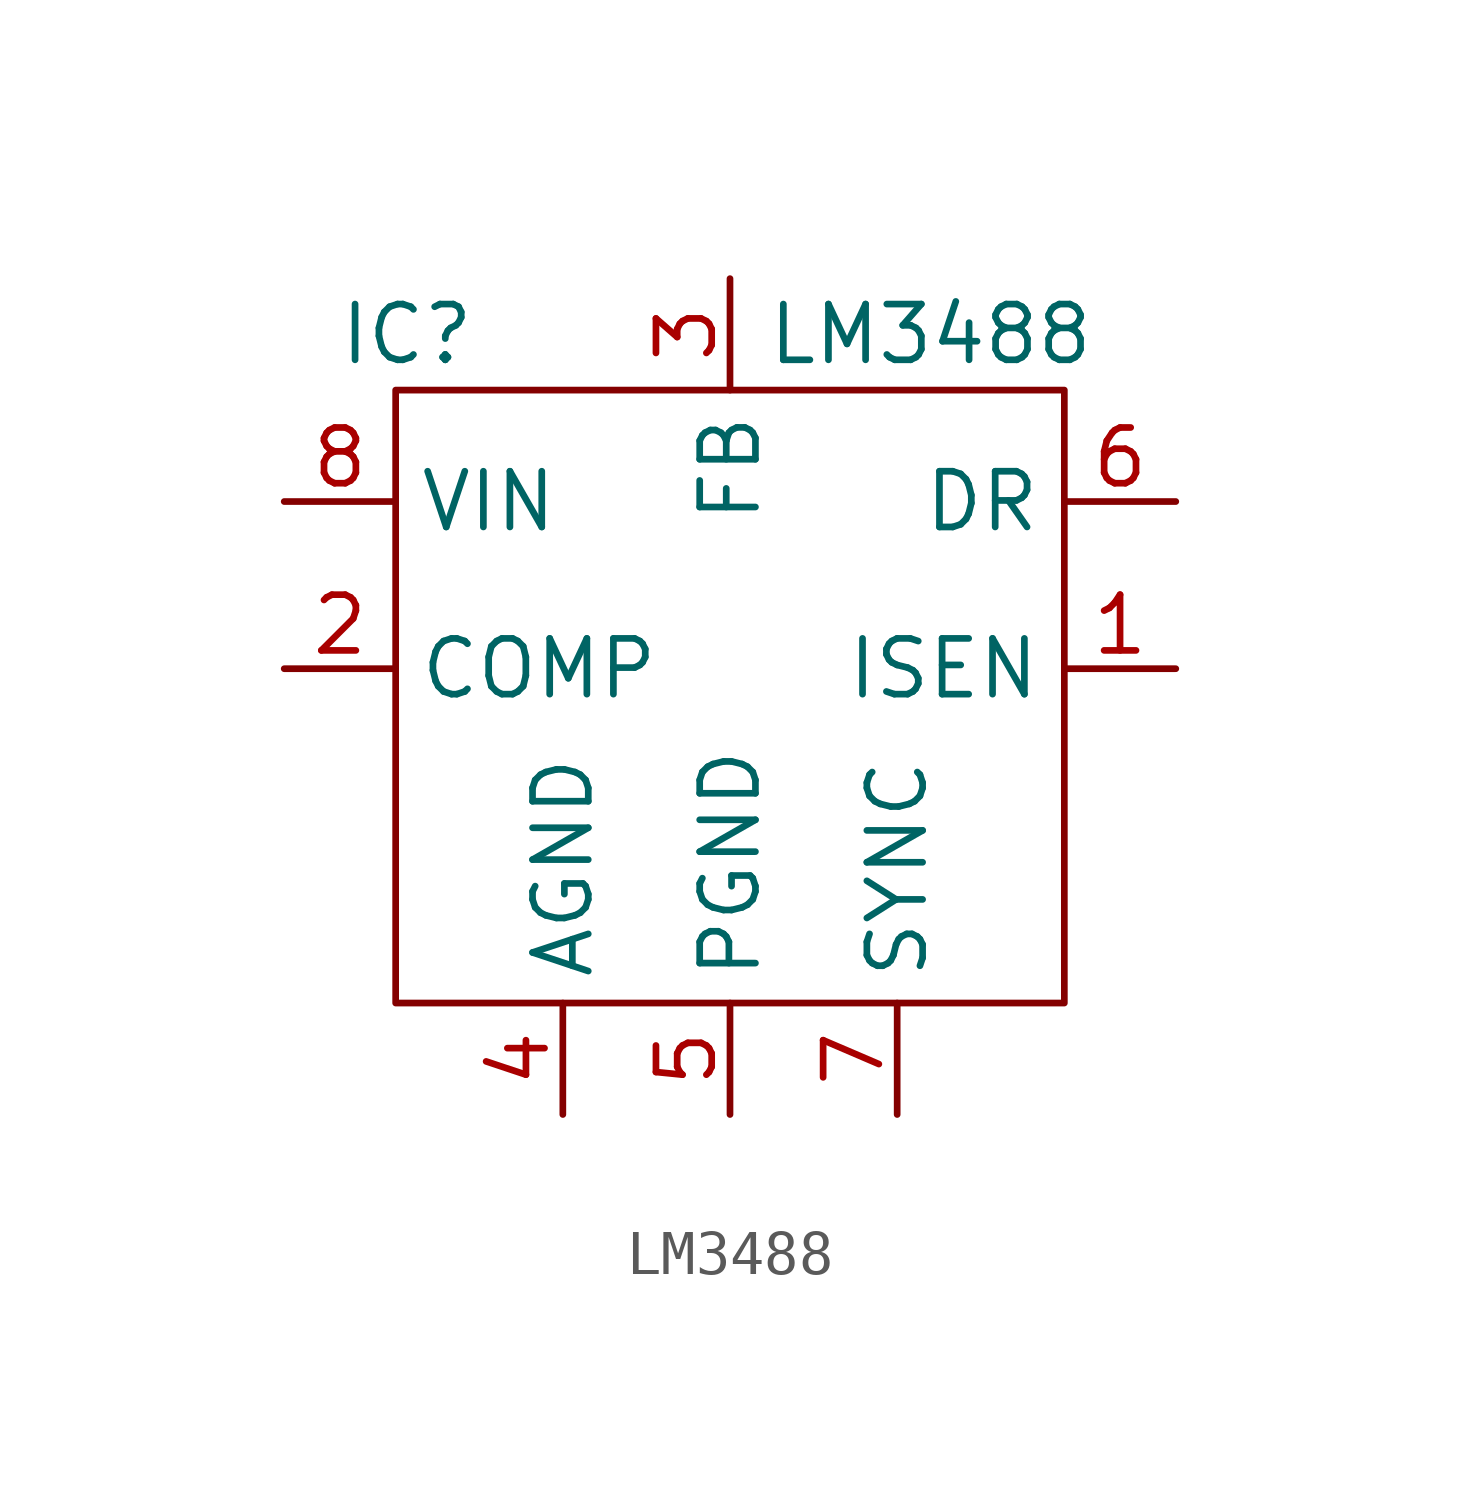
<source format=kicad_sym>
(kicad_symbol_lib
  (version 20211014)
  (generator kicad_symbol_editor)
  (symbol "LM3488"
    (property "Reference" "IC"
      (at -7.366 7.62 0)
      (effects (font (size 1.27 1.27))))
    (property "Value" "LM3488"
      (at 4.572 7.62 0)
      (effects (font (size 1.27 1.27))))
    (symbol "LM3488_0_1"
      (rectangle (start -7.62 6.35) (end 7.62 -7.62) (stroke (width 0) (type default) (color 0 0 0 0)) (fill (type none))))
    (symbol "LM3488_1_1"
      (pin input line (at 10.16 0 180) (length 2.54) (name "ISEN" (effects (font (size 1.27 1.27)))) (number "1" (effects (font (size 1.27 1.27)))))
      (pin input line (at -10.16 0 0) (length 2.54) (name "COMP" (effects (font (size 1.27 1.27)))) (number "2" (effects (font (size 1.27 1.27)))))
      (pin input line (at 0 8.89 270) (length 2.54) (name "FB" (effects (font (size 1.27 1.27)))) (number "3" (effects (font (size 1.27 1.27)))))
      (pin power_in line (at -3.81 -10.16 90) (length 2.54) (name "AGND" (effects (font (size 1.27 1.27)))) (number "4" (effects (font (size 1.27 1.27)))))
      (pin power_in line (at 0 -10.16 90) (length 2.54) (name "PGND" (effects (font (size 1.27 1.27)))) (number "5" (effects (font (size 1.27 1.27)))))
      (pin output line (at 10.16 3.81 180) (length 2.54) (name "DR" (effects (font (size 1.27 1.27)))) (number "6" (effects (font (size 1.27 1.27)))))
      (pin input line (at 3.81 -10.16 90) (length 2.54) (name "SYNC" (effects (font (size 1.27 1.27)))) (number "7" (effects (font (size 1.27 1.27)))))
      (pin power_in line (at -10.16 3.81 0) (length 2.54) (name "VIN" (effects (font (size 1.27 1.27)))) (number "8" (effects (font (size 1.27 1.27))))))))
</source>
